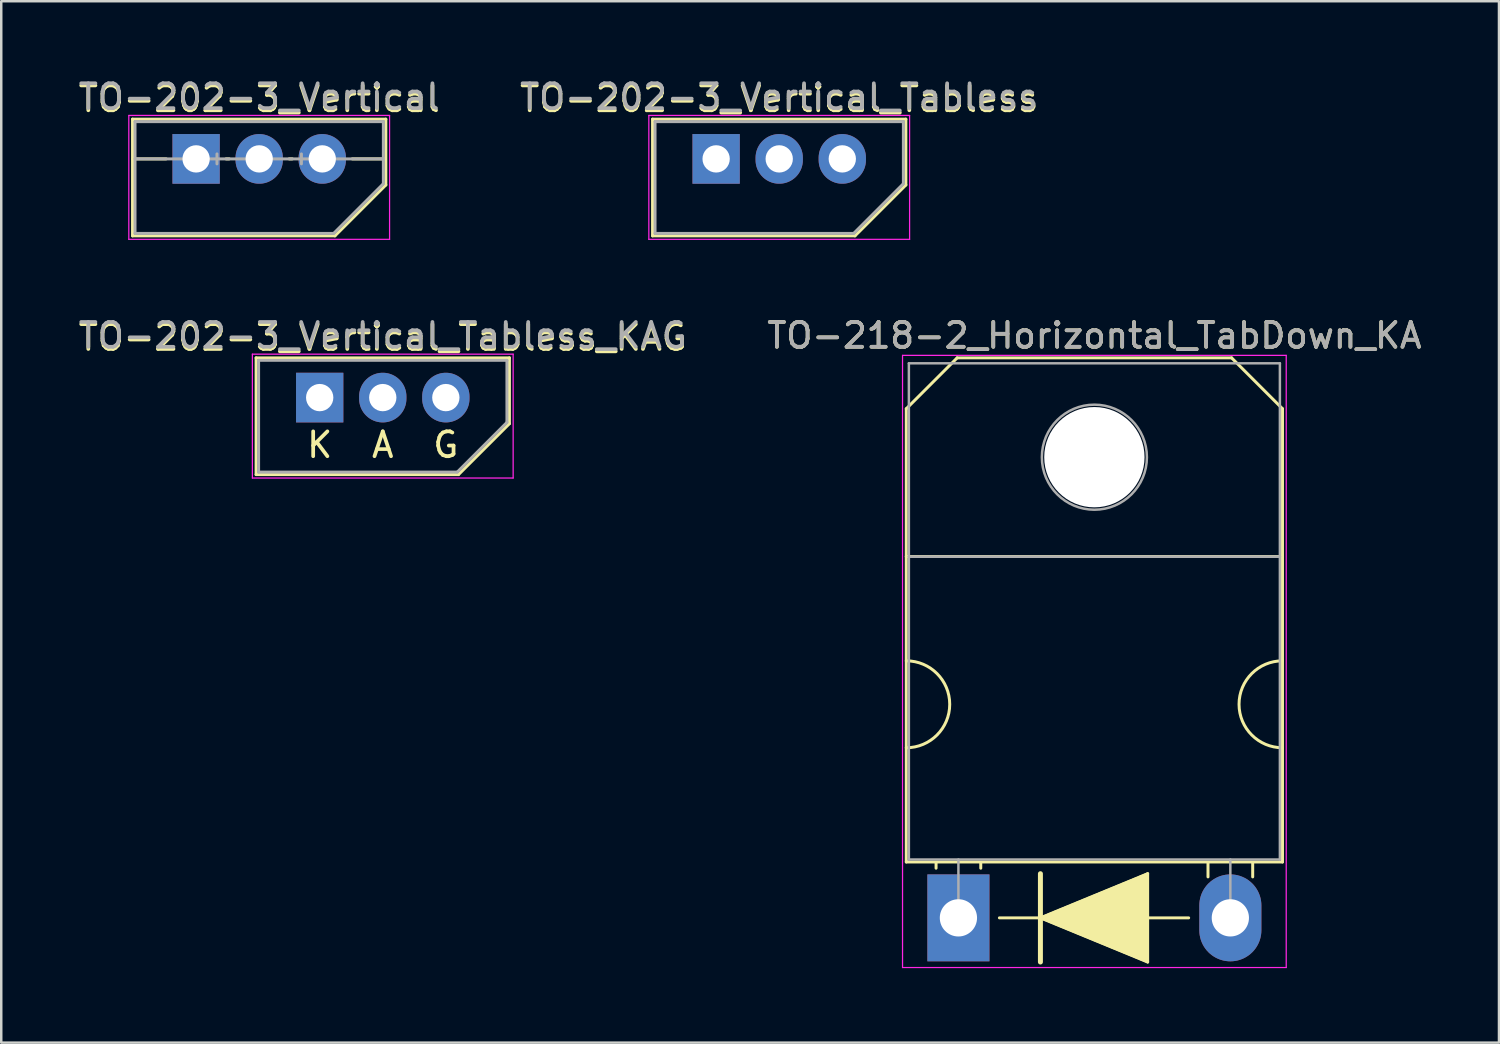
<source format=kicad_pcb>
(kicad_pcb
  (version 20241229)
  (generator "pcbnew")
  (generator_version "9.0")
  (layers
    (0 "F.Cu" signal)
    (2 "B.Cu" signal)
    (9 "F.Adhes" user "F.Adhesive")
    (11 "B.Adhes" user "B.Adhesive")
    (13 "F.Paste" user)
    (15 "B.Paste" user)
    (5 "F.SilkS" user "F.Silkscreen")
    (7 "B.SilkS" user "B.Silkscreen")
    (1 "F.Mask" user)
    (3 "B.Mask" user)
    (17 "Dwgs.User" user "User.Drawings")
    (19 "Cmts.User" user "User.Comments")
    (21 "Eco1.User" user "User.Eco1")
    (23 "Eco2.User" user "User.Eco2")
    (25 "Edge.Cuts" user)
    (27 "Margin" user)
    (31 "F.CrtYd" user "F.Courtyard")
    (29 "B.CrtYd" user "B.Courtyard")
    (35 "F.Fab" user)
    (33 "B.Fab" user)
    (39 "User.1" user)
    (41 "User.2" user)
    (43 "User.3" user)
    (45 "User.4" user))
  (footprint "TO-202-3_Vertical"
    (layer "F.Cu")
    (at 4.847 3.348)
    (property "Reference" "TO-202-3_Vertical" (at 2.54 -2.413 0) (layer "F.SilkS") (effects (font (size 1 1) (thickness 0.15))))
    (attr through_hole)
    (fp_line (start -2.56 -1.6) (end 7.64 -1.6) (stroke (width 0.12) (type solid)) (layer "F.SilkS"))
    (fp_line (start -2.56 3.1) (end -2.56 -1.6) (stroke (width 0.12) (type solid)) (layer "F.SilkS"))
    (fp_line (start -1.206 0) (end -2.54 0) (stroke (width 0.12) (type solid)) (layer "F.SilkS"))
    (fp_line (start 1.333 0) (end 1.206 0) (stroke (width 0.12) (type solid)) (layer "F.SilkS"))
    (fp_line (start 3.747 0) (end 3.873 0) (stroke (width 0.12) (type solid)) (layer "F.SilkS"))
    (fp_line (start 5.59 3.1) (end -2.56 3.1) (stroke (width 0.12) (type solid)) (layer "F.SilkS"))
    (fp_line (start 6.287 0) (end 7.62 0) (stroke (width 0.12) (type solid)) (layer "F.SilkS"))
    (fp_line (start 7.64 -1.6) (end 7.64 1.05) (stroke (width 0.12) (type solid)) (layer "F.SilkS"))
    (fp_line (start 7.64 1.05) (end 5.59 3.1) (stroke (width 0.12) (type solid)) (layer "F.SilkS"))
    (fp_line (start -2.71 -1.749) (end -2.71 3.239) (stroke (width 0.05) (type solid)) (layer "F.CrtYd"))
    (fp_line (start -2.71 3.239) (end 7.79 3.239) (stroke (width 0.05) (type solid)) (layer "F.CrtYd"))
    (fp_line (start 7.79 -1.749) (end -2.71 -1.749) (stroke (width 0.05) (type solid)) (layer "F.CrtYd"))
    (fp_line (start 7.79 3.239) (end 7.79 -1.749) (stroke (width 0.05) (type solid)) (layer "F.CrtYd"))
    (fp_line (start -2.46 -1.5) (end -2.46 3) (stroke (width 0.12) (type solid)) (layer "F.Fab"))
    (fp_line (start -2.46 -1.5) (end 7.54 -1.5) (stroke (width 0.12) (type solid)) (layer "F.Fab"))
    (fp_line (start -2.46 3) (end 5.54 3) (stroke (width 0.12) (type solid)) (layer "F.Fab"))
    (fp_line (start 0.84 -0.2) (end 0.84 0.2) (stroke (width 0.12) (type solid)) (layer "F.Fab"))
    (fp_line (start 4.24 -0.2) (end 4.24 0.2) (stroke (width 0.12) (type solid)) (layer "F.Fab"))
    (fp_line (start 7.54 -1.5) (end 7.54 1) (stroke (width 0.12) (type solid)) (layer "F.Fab"))
    (fp_line (start 7.54 0) (end -2.46 0) (stroke (width 0.12) (type solid)) (layer "F.Fab"))
    (fp_line (start 7.54 1) (end 5.54 3) (stroke (width 0.12) (type solid)) (layer "F.Fab"))
    (fp_text user "${REFERENCE}" (at 2.54 -2.5 0) (layer "F.Fab") (effects (font (size 1 1) (thickness 0.15))))
    (pad "1" thru_hole rect (at 0 0) (size 1.905 2) (drill 1.1) (layers "*.Cu" "*.Mask"))
    (pad "2" thru_hole oval (at 2.54 0) (size 1.905 2) (drill 1.1) (layers "*.Cu" "*.Mask"))
    (pad "3" thru_hole oval (at 5.08 0) (size 1.905 2) (drill 1.1) (layers "*.Cu" "*.Mask")))
  (footprint "TO-202-3_Vertical_Tabless"
    (layer "F.Cu")
    (at 25.787 3.348)
    (property "Reference" "TO-202-3_Vertical_Tabless" (at 2.54 -2.413 0) (layer "F.SilkS") (effects (font (size 1 1) (thickness 0.15))))
    (attr through_hole)
    (fp_line (start -2.56 -1.6) (end 7.64 -1.6) (stroke (width 0.12) (type solid)) (layer "F.SilkS"))
    (fp_line (start -2.56 3.1) (end -2.56 -1.6) (stroke (width 0.12) (type solid)) (layer "F.SilkS"))
    (fp_line (start 5.59 3.1) (end -2.56 3.1) (stroke (width 0.12) (type solid)) (layer "F.SilkS"))
    (fp_line (start 7.64 -1.6) (end 7.64 1.05) (stroke (width 0.12) (type solid)) (layer "F.SilkS"))
    (fp_line (start 7.64 1.05) (end 5.59 3.1) (stroke (width 0.12) (type solid)) (layer "F.SilkS"))
    (fp_line (start -2.71 -1.749) (end -2.71 3.239) (stroke (width 0.05) (type solid)) (layer "F.CrtYd"))
    (fp_line (start -2.71 3.239) (end 7.79 3.239) (stroke (width 0.05) (type solid)) (layer "F.CrtYd"))
    (fp_line (start 7.79 -1.749) (end -2.71 -1.749) (stroke (width 0.05) (type solid)) (layer "F.CrtYd"))
    (fp_line (start 7.79 3.239) (end 7.79 -1.749) (stroke (width 0.05) (type solid)) (layer "F.CrtYd"))
    (fp_line (start -2.46 -1.5) (end -2.46 3) (stroke (width 0.12) (type solid)) (layer "F.Fab"))
    (fp_line (start -2.46 -1.5) (end 7.54 -1.5) (stroke (width 0.12) (type solid)) (layer "F.Fab"))
    (fp_line (start -2.46 3) (end 5.54 3) (stroke (width 0.12) (type solid)) (layer "F.Fab"))
    (fp_line (start 7.54 -1.5) (end 7.54 1) (stroke (width 0.12) (type solid)) (layer "F.Fab"))
    (fp_line (start 7.54 1) (end 5.54 3) (stroke (width 0.12) (type solid)) (layer "F.Fab"))
    (fp_text user "${REFERENCE}" (at 2.54 -2.5 0) (layer "F.Fab") (effects (font (size 1 1) (thickness 0.15))))
    (pad "1" thru_hole rect (at 0 0) (size 1.905 2) (drill 1.1) (layers "*.Cu" "*.Mask"))
    (pad "2" thru_hole oval (at 2.54 0) (size 1.905 2) (drill 1.1) (layers "*.Cu" "*.Mask"))
    (pad "3" thru_hole oval (at 5.08 0) (size 1.905 2) (drill 1.1) (layers "*.Cu" "*.Mask")))
  (footprint "TO-218-2_Horizontal_TabDown_KA"
    (layer "F.Cu")
    (at 35.543 33.91)
    (property "Reference" "TO-218-2_Horizontal_TabDown_KA" (at 5.475 -23.45 0) (layer "F.SilkS") (effects (font (size 1 1) (thickness 0.15))))
    (fp_line (start -2.1 -20.5) (end -0.05 -22.55) (stroke (width 0.12) (type solid)) (layer "F.SilkS"))
    (fp_line (start -2.1 -14.55) (end 13.05 -14.55) (stroke (width 0.12) (type solid)) (layer "F.SilkS"))
    (fp_line (start -2.1 -2.25) (end -2.1 -20.5) (stroke (width 0.12) (type solid)) (layer "F.SilkS"))
    (fp_line (start -0.9 -2.2) (end -0.9 -2) (stroke (width 0.12) (type solid)) (layer "F.SilkS"))
    (fp_line (start -0.05 -22.55) (end 11 -22.55) (stroke (width 0.12) (type solid)) (layer "F.SilkS"))
    (fp_line (start 0.9 -2.2) (end 0.9 -2) (stroke (width 0.12) (type solid)) (layer "F.SilkS"))
    (fp_line (start 1.651 0) (end 3.302 0) (stroke (width 0.12) (type solid)) (layer "F.SilkS"))
    (fp_line (start 3.302 0) (end 3.302 -1.778) (stroke (width 0.2) (type solid)) (layer "F.SilkS"))
    (fp_line (start 3.302 0) (end 7.62 -1.778) (stroke (width 0.12) (type solid)) (layer "F.SilkS"))
    (fp_line (start 3.302 1.778) (end 3.302 0) (stroke (width 0.2) (type solid)) (layer "F.SilkS"))
    (fp_line (start 7.62 -1.778) (end 7.62 1.778) (stroke (width 0.12) (type solid)) (layer "F.SilkS"))
    (fp_line (start 7.62 0) (end 9.271 0) (stroke (width 0.12) (type solid)) (layer "F.SilkS"))
    (fp_line (start 7.62 1.778) (end 3.302 0) (stroke (width 0.12) (type solid)) (layer "F.SilkS"))
    (fp_line (start 10.05 -2.2) (end 10.05 -1.65) (stroke (width 0.12) (type solid)) (layer "F.SilkS"))
    (fp_line (start 11.85 -2.2) (end 11.85 -1.65) (stroke (width 0.12) (type solid)) (layer "F.SilkS"))
    (fp_line (start 13.05 -20.5) (end 11 -22.55) (stroke (width 0.12) (type solid)) (layer "F.SilkS"))
    (fp_line (start 13.05 -20.5) (end 13.05 -2.25) (stroke (width 0.12) (type solid)) (layer "F.SilkS"))
    (fp_line (start 13.05 -2.25) (end -2.1 -2.25) (stroke (width 0.12) (type solid)) (layer "F.SilkS"))
    (fp_arc (start -2.1 -10.35) (mid -0.35 -8.6) (end -2.1 -6.85) (stroke (width 0.12) (type solid)) (layer "F.SilkS"))
    (fp_arc (start 13.05 -6.85) (mid 11.3 -8.6) (end 13.05 -10.35) (stroke (width 0.12) (type solid)) (layer "F.SilkS"))
    (fp_poly (pts (xy 7.62 1.778) (xy 3.302 0) (xy 7.62 -1.778)) (stroke (width 0.1) (type solid)) (fill yes) (layer "F.SilkS"))
    (fp_line (start -2.25 -22.65) (end -2.25 2) (stroke (width 0.05) (type solid)) (layer "F.CrtYd"))
    (fp_line (start -2.25 2) (end 13.2 2) (stroke (width 0.05) (type solid)) (layer "F.CrtYd"))
    (fp_line (start 13.2 -22.65) (end -2.25 -22.65) (stroke (width 0.05) (type solid)) (layer "F.CrtYd"))
    (fp_line (start 13.2 2) (end 13.2 -22.65) (stroke (width 0.05) (type solid)) (layer "F.CrtYd"))
    (fp_line (start -1.995 -22.33) (end 12.945 -22.33) (stroke (width 0.1) (type solid)) (layer "F.Fab"))
    (fp_line (start -1.995 -14.54) (end -1.995 -22.33) (stroke (width 0.1) (type solid)) (layer "F.Fab"))
    (fp_line (start -1.995 -14.54) (end 12.945 -14.54) (stroke (width 0.1) (type solid)) (layer "F.Fab"))
    (fp_line (start -1.995 -2.35) (end -1.995 -14.54) (stroke (width 0.1) (type solid)) (layer "F.Fab"))
    (fp_line (start 0 -2.35) (end 0 0) (stroke (width 0.1) (type solid)) (layer "F.Fab"))
    (fp_line (start 10.95 -2.35) (end 10.95 0) (stroke (width 0.1) (type solid)) (layer "F.Fab"))
    (fp_line (start 12.945 -22.33) (end 12.945 -14.54) (stroke (width 0.1) (type solid)) (layer "F.Fab"))
    (fp_line (start 12.945 -14.54) (end -1.995 -14.54) (stroke (width 0.1) (type solid)) (layer "F.Fab"))
    (fp_line (start 12.945 -14.54) (end 12.945 -2.35) (stroke (width 0.1) (type solid)) (layer "F.Fab"))
    (fp_line (start 12.945 -2.35) (end -1.995 -2.35) (stroke (width 0.1) (type solid)) (layer "F.Fab"))
    (fp_circle (center 5.475 -18.55) (end 7.59 -18.55) (stroke (width 0.1) (type solid)) (fill no) (layer "F.Fab"))
    (fp_text user "${REFERENCE}" (at 5.475 -23.45 0) (layer "F.Fab") (effects (font (size 1 1) (thickness 0.15))))
    (pad "" np_thru_hole oval (at 5.475 -18.55) (size 4.04 4.04) (drill 4.04) (layers "*.Cu" "*.Mask"))
    (pad "1" thru_hole rect (at 0 0) (size 2.5 3.5) (drill 1.5) (layers "*.Cu" "*.Mask"))
    (pad "2" thru_hole oval (at 10.95 0) (size 2.5 3.5) (drill 1.5) (layers "*.Cu" "*.Mask")))
  (footprint "TO-202-3_Vertical_Tabless_KAG"
    (layer "F.Cu")
    (at 9.823 12.96)
    (property "Reference" "TO-202-3_Vertical_Tabless_KAG" (at 2.54 -2.413 0) (layer "F.SilkS") (effects (font (size 1 1) (thickness 0.15))))
    (fp_line (start -2.56 -1.6) (end 7.64 -1.6) (stroke (width 0.12) (type solid)) (layer "F.SilkS"))
    (fp_line (start -2.56 3.1) (end -2.56 -1.6) (stroke (width 0.12) (type solid)) (layer "F.SilkS"))
    (fp_line (start 5.59 3.1) (end -2.56 3.1) (stroke (width 0.12) (type solid)) (layer "F.SilkS"))
    (fp_line (start 7.64 -1.6) (end 7.64 1.05) (stroke (width 0.12) (type solid)) (layer "F.SilkS"))
    (fp_line (start 7.64 1.05) (end 5.59 3.1) (stroke (width 0.12) (type solid)) (layer "F.SilkS"))
    (fp_line (start -2.71 -1.749) (end -2.71 3.239) (stroke (width 0.05) (type solid)) (layer "F.CrtYd"))
    (fp_line (start -2.71 3.239) (end 7.79 3.239) (stroke (width 0.05) (type solid)) (layer "F.CrtYd"))
    (fp_line (start 7.79 -1.749) (end -2.71 -1.749) (stroke (width 0.05) (type solid)) (layer "F.CrtYd"))
    (fp_line (start 7.79 3.239) (end 7.79 -1.749) (stroke (width 0.05) (type solid)) (layer "F.CrtYd"))
    (fp_line (start -2.46 -1.5) (end -2.46 3) (stroke (width 0.12) (type solid)) (layer "F.Fab"))
    (fp_line (start -2.46 -1.5) (end 7.54 -1.5) (stroke (width 0.12) (type solid)) (layer "F.Fab"))
    (fp_line (start -2.46 3) (end 5.54 3) (stroke (width 0.12) (type solid)) (layer "F.Fab"))
    (fp_line (start 7.54 -1.5) (end 7.54 1) (stroke (width 0.12) (type solid)) (layer "F.Fab"))
    (fp_line (start 7.54 1) (end 5.54 3) (stroke (width 0.12) (type solid)) (layer "F.Fab"))
    (fp_text user "A" (at 2.54 1.905 0) (unlocked yes) (layer "F.SilkS") (effects (font (size 1 1) (thickness 0.15))))
    (fp_text user "G" (at 5.08 1.905 0) (unlocked yes) (layer "F.SilkS") (effects (font (size 1 1) (thickness 0.15))))
    (fp_text user "K" (at 0 1.905 0) (unlocked yes) (layer "F.SilkS") (effects (font (size 1 1) (thickness 0.15))))
    (fp_text user "${REFERENCE}" (at 2.54 -2.5 0) (layer "F.Fab") (effects (font (size 1 1) (thickness 0.15))))
    (pad "1" thru_hole rect (at 0 0) (size 1.905 2) (drill 1.1) (layers "*.Cu" "*.Mask"))
    (pad "2" thru_hole oval (at 2.54 0) (size 1.905 2) (drill 1.1) (layers "*.Cu" "*.Mask"))
    (pad "3" thru_hole oval (at 5.08 0) (size 1.905 2) (drill 1.1) (layers "*.Cu" "*.Mask")))
  (gr_rect
    (start -3 -3)
    (end 57.31 38.935)
    (stroke (width 0.1) (type default))
    (fill no)
    (layer "Edge.Cuts")))
</source>
